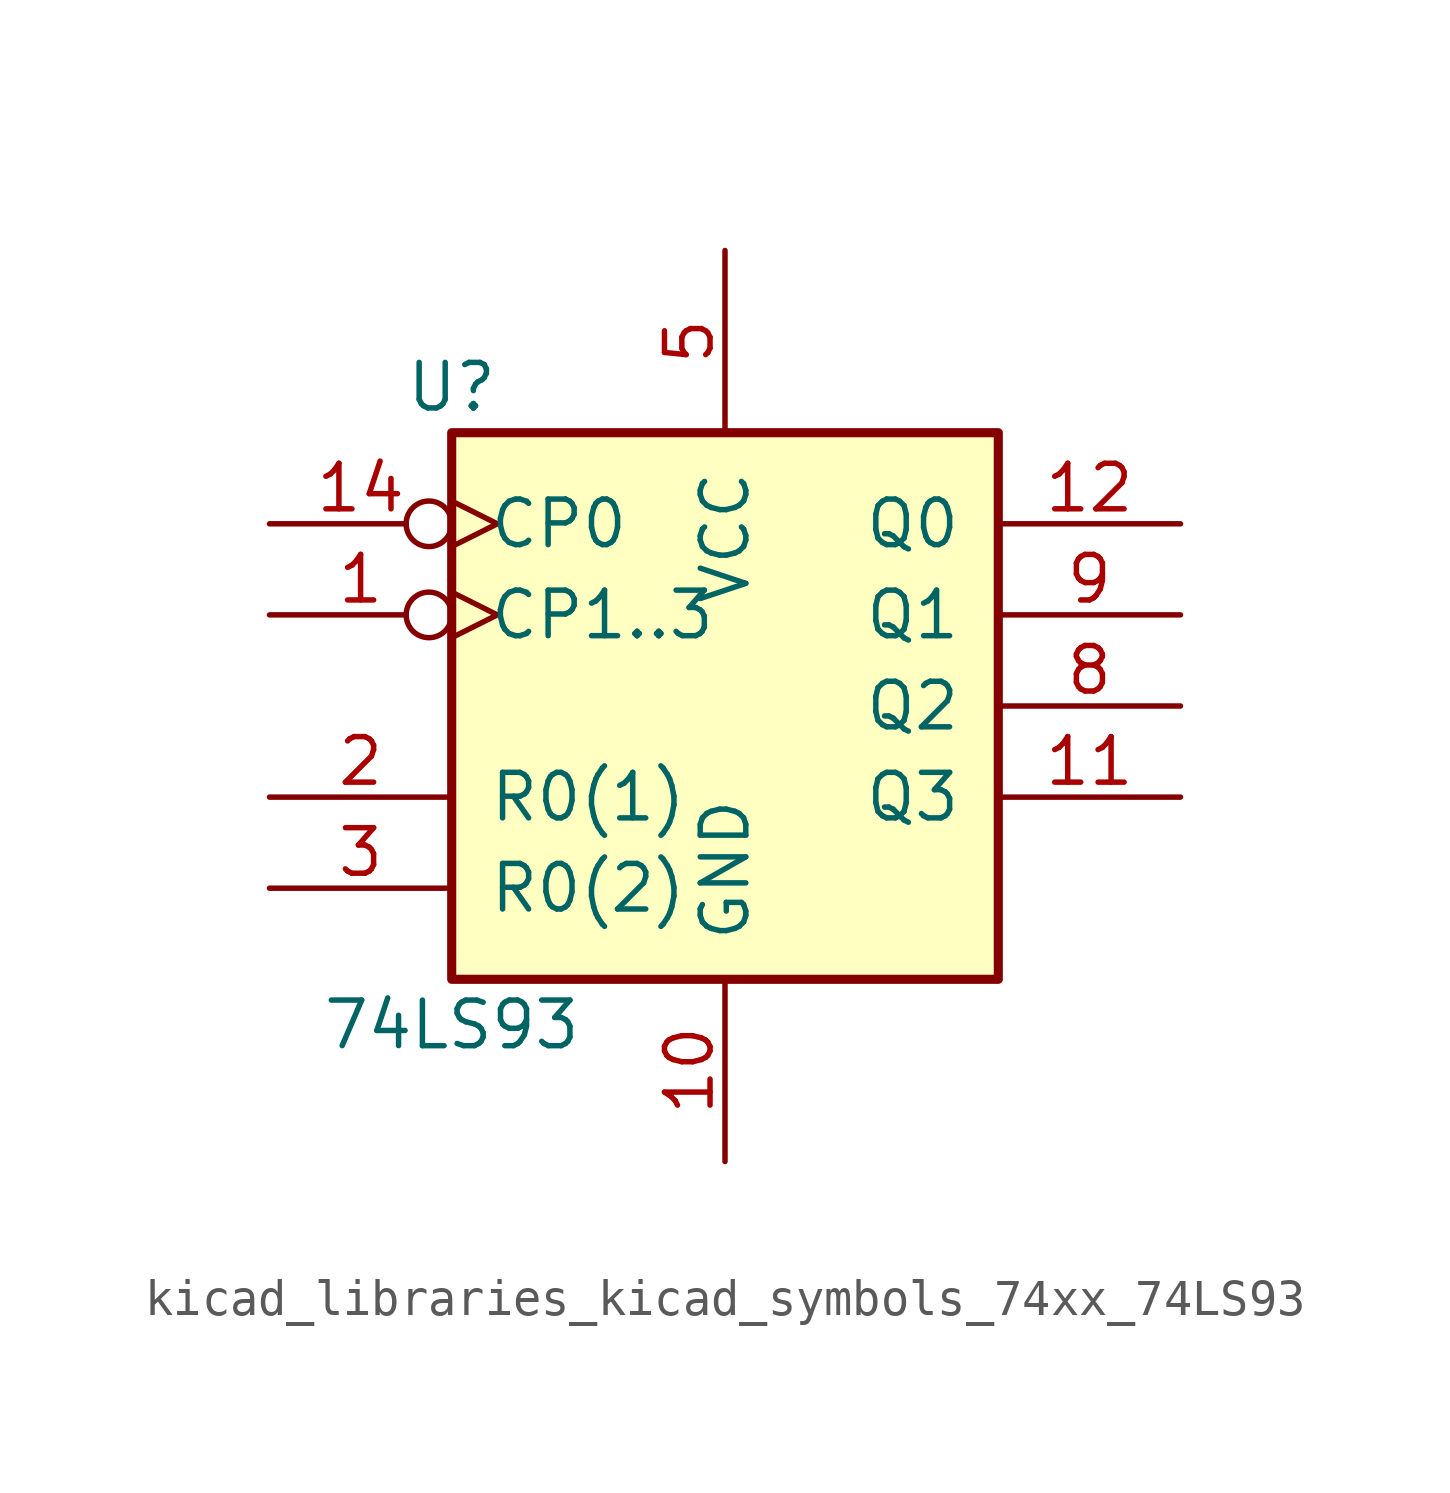
<source format=kicad_sym>
(kicad_symbol_lib
  (version 20220914)
  (generator kicad_symbol_editor)
  (symbol "kicad_libraries_kicad_symbols_74xx_74LS93"
    (pin_names
      (offset 1.016))
    (property "Reference" "U"
      (at -7.62 8.89 0)
      (effects (font (size 1.27 1.27))))
    (property "Value" "74LS93"
      (at -7.62 -8.89 0)
      (effects (font (size 1.27 1.27))))
    (property "ki_locked" ""
      (at 0 0 0)
      (effects (font (size 1.27 1.27))))
    (symbol "kicad_libraries_kicad_symbols_74xx_74LS93_1_0"
      (pin input inverted_clock (at -12.7 2.54 0) (length 5.08) (name "CP1..3" (effects (font (size 1.27 1.27)))) (number "1" (effects (font (size 1.27 1.27)))))
      (pin power_in line (at 0 -12.7 90) (length 5.08) (name "GND" (effects (font (size 1.27 1.27)))) (number "10" (effects (font (size 1.27 1.27)))))
      (pin output line (at 12.7 -2.54 180) (length 5.08) (name "Q3" (effects (font (size 1.27 1.27)))) (number "11" (effects (font (size 1.27 1.27)))))
      (pin output line (at 12.7 5.08 180) (length 5.08) (name "Q0" (effects (font (size 1.27 1.27)))) (number "12" (effects (font (size 1.27 1.27)))))
      (pin input inverted_clock (at -12.7 5.08 0) (length 5.08) (name "CP0" (effects (font (size 1.27 1.27)))) (number "14" (effects (font (size 1.27 1.27)))))
      (pin input line (at -12.7 -2.54 0) (length 5.08) (name "R0(1)" (effects (font (size 1.27 1.27)))) (number "2" (effects (font (size 1.27 1.27)))))
      (pin input line (at -12.7 -5.08 0) (length 5.08) (name "R0(2)" (effects (font (size 1.27 1.27)))) (number "3" (effects (font (size 1.27 1.27)))))
      (pin power_in line (at 0 12.7 270) (length 5.08) (name "VCC" (effects (font (size 1.27 1.27)))) (number "5" (effects (font (size 1.27 1.27)))))
      (pin output line (at 12.7 0 180) (length 5.08) (name "Q2" (effects (font (size 1.27 1.27)))) (number "8" (effects (font (size 1.27 1.27)))))
      (pin output line (at 12.7 2.54 180) (length 5.08) (name "Q1" (effects (font (size 1.27 1.27)))) (number "9" (effects (font (size 1.27 1.27))))))
    (symbol "kicad_libraries_kicad_symbols_74xx_74LS93_1_1"
      (rectangle (start -7.62 7.62) (end 7.62 -7.62) (stroke (width 0.254) (type default)) (fill (type background))))))
</source>
